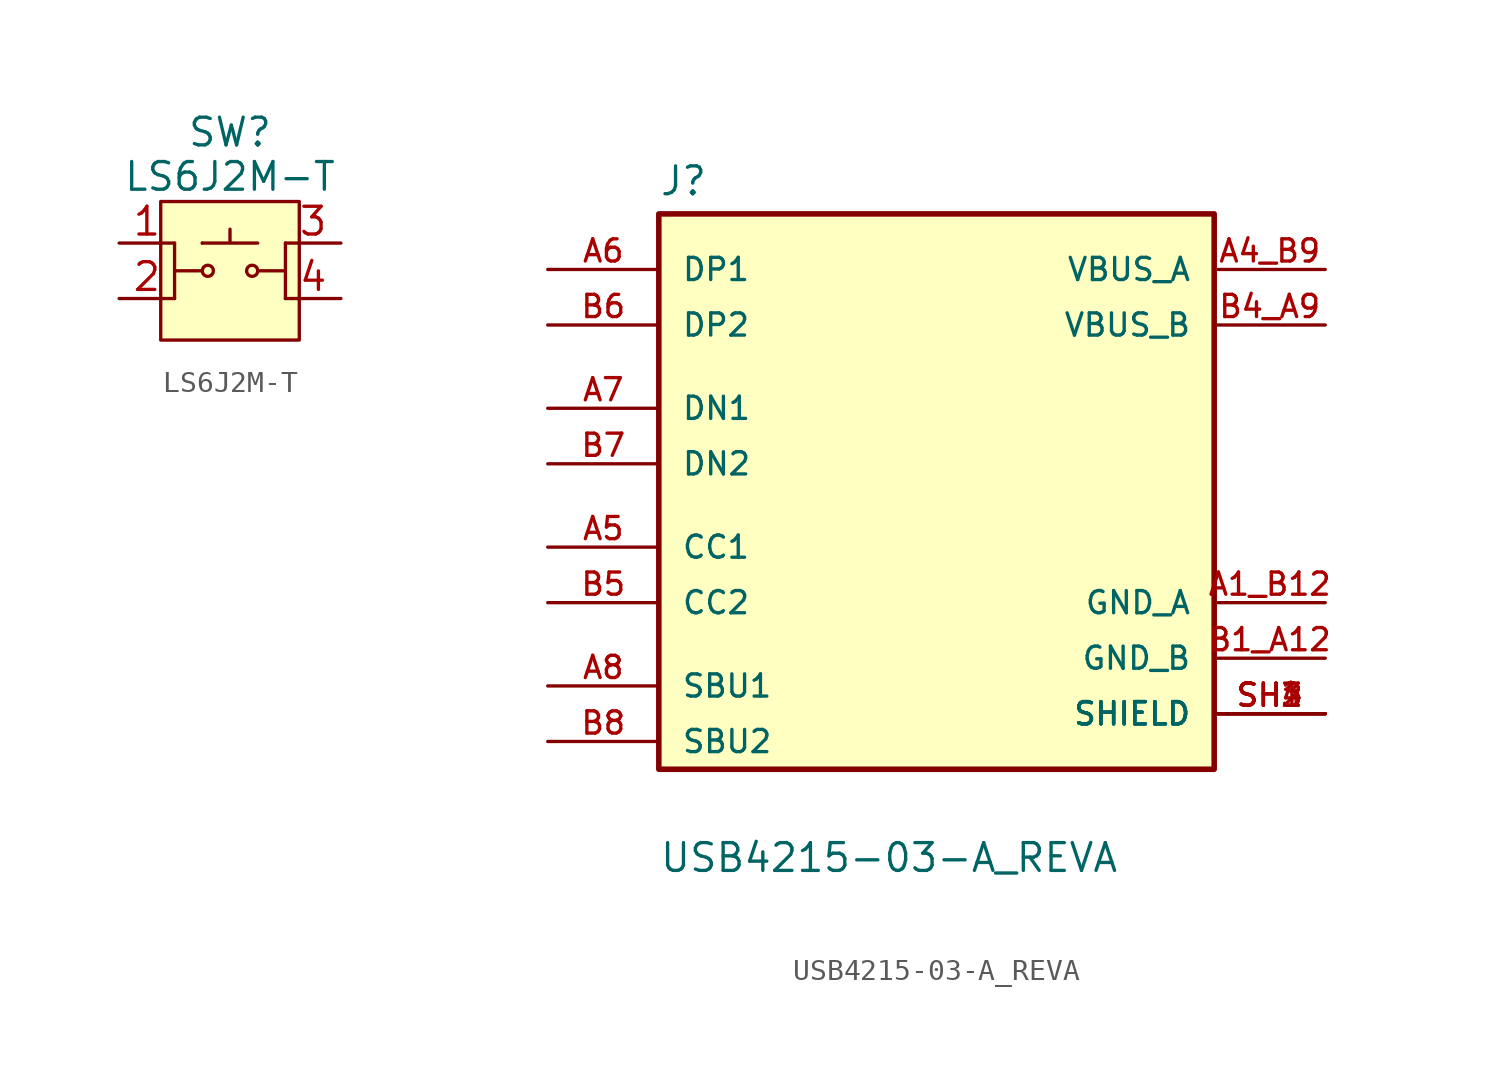
<source format=kicad_sym>
(kicad_symbol_lib
  (version 20241209)
  (generator "kicad_symbol_editor")
  (generator_version "9.0")
  (symbol "LS6J2M-T"
    (property "Reference" "SW"
      (at 0 6.35 0)
      (effects (font (size 1.27 1.27))))
    (property "Value" "LS6J2M-T"
      (at 0 4.318 0)
      (effects (font (size 1.27 1.27))))
    (symbol "LS6J2M-T_0_0"
      (pin passive line (at -5.08 1.27 0) (length 2.54) (name "" (effects (font (size 1.27 1.27)))) (number "1" (effects (font (size 1.27 1.27)))))
      (pin passive line (at -5.08 -1.27 0) (length 2.54) (name "" (effects (font (size 1.27 1.27)))) (number "2" (effects (font (size 1.27 1.27)))))
      (pin passive line (at 5.08 1.27 180) (length 2.54) (name "" (effects (font (size 1.27 1.27)))) (number "3" (effects (font (size 1.27 1.27)))))
      (pin passive line (at 5.08 -1.27 180) (length 2.54) (name "" (effects (font (size 1.27 1.27)))) (number "4" (effects (font (size 1.27 1.27))))))
    (symbol "LS6J2M-T_0_1"
      (polyline (pts (xy -1.27 1.27) (xy -1.27 1.27)) (stroke (width 0) (type default)) (fill (type none)))
      (polyline (pts (xy -1.27 1.27) (xy 1.27 1.27) (xy 0 1.27) (xy 0 1.905)) (stroke (width 0) (type default)) (fill (type none)))
      (polyline (pts (xy -1.27 0) (xy -2.54 0)) (stroke (width 0) (type default)) (fill (type none)))
      (polyline (pts (xy -1.27 0) (xy -1.27 0)) (stroke (width 0) (type default)) (fill (type none)))
      (polyline (pts (xy 1.27 0) (xy 1.27 0)) (stroke (width 0) (type default)) (fill (type none)))
      (polyline (pts (xy 1.27 0) (xy 2.54 0)) (stroke (width 0) (type default)) (fill (type none)))
      (polyline (pts (xy 2.54 1.27) (xy 2.54 -1.27)) (stroke (width 0) (type default)) (fill (type none))))
    (symbol "LS6J2M-T_1_1"
      (rectangle (start -3.175 3.175) (end 3.175 -3.175) (stroke (width 0) (type solid)) (fill (type background)))
      (polyline (pts (xy -2.54 -1.27) (xy -2.54 1.27)) (stroke (width 0) (type solid)) (fill (type none)))
      (circle (center -1.016 0) (radius 0.254) (stroke (width 0) (type solid)) (fill (type none)))
      (circle (center 1.016 0) (radius 0.254) (stroke (width 0) (type solid)) (fill (type none)))))
  (symbol "USB4215-03-A_REVA"
    (pin_names
      (offset 1.016))
    (property "Reference" "J"
      (at -12.7 13.462 0)
      (effects (font (size 1.27 1.27)) (justify left bottom)))
    (property "Value" "USB4215-03-A_REVA"
      (at -12.7 -16.002 0)
      (effects (font (size 1.27 1.27)) (justify left top)))
    (symbol "USB4215-03-A_REVA_0_0"
      (rectangle (start -12.7 12.7) (end 12.7 -12.7) (stroke (width 0.254) (type default)) (fill (type background)))
      (pin bidirectional line (at -17.78 10.16 0) (length 5.08) (name "DP1" (effects (font (size 1.016 1.016)))) (number "A6" (effects (font (size 1.016 1.016)))))
      (pin bidirectional line (at -17.78 7.62 0) (length 5.08) (name "DP2" (effects (font (size 1.016 1.016)))) (number "B6" (effects (font (size 1.016 1.016)))))
      (pin bidirectional line (at -17.78 3.81 0) (length 5.08) (name "DN1" (effects (font (size 1.016 1.016)))) (number "A7" (effects (font (size 1.016 1.016)))))
      (pin bidirectional line (at -17.78 1.27 0) (length 5.08) (name "DN2" (effects (font (size 1.016 1.016)))) (number "B7" (effects (font (size 1.016 1.016)))))
      (pin bidirectional line (at -17.78 -2.54 0) (length 5.08) (name "CC1" (effects (font (size 1.016 1.016)))) (number "A5" (effects (font (size 1.016 1.016)))))
      (pin bidirectional line (at -17.78 -5.08 0) (length 5.08) (name "CC2" (effects (font (size 1.016 1.016)))) (number "B5" (effects (font (size 1.016 1.016)))))
      (pin bidirectional line (at -17.78 -8.89 0) (length 5.08) (name "SBU1" (effects (font (size 1.016 1.016)))) (number "A8" (effects (font (size 1.016 1.016)))))
      (pin bidirectional line (at -17.78 -11.43 0) (length 5.08) (name "SBU2" (effects (font (size 1.016 1.016)))) (number "B8" (effects (font (size 1.016 1.016)))))
      (pin power_in line (at 17.78 10.16 180) (length 5.08) (name "VBUS_A" (effects (font (size 1.016 1.016)))) (number "A4_B9" (effects (font (size 1.016 1.016)))))
      (pin power_in line (at 17.78 7.62 180) (length 5.08) (name "VBUS_B" (effects (font (size 1.016 1.016)))) (number "B4_A9" (effects (font (size 1.016 1.016)))))
      (pin power_in line (at 17.78 -5.08 180) (length 5.08) (name "GND_A" (effects (font (size 1.016 1.016)))) (number "A1_B12" (effects (font (size 1.016 1.016)))))
      (pin power_in line (at 17.78 -7.62 180) (length 5.08) (name "GND_B" (effects (font (size 1.016 1.016)))) (number "B1_A12" (effects (font (size 1.016 1.016)))))
      (pin passive line (at 17.78 -10.16 180) (length 5.08) (name "SHIELD" (effects (font (size 1.016 1.016)))) (number "SH1" (effects (font (size 1.016 1.016)))))
      (pin passive line (at 17.78 -10.16 180) (length 5.08) (name "SHIELD" (effects (font (size 1.016 1.016)))) (number "SH2" (effects (font (size 1.016 1.016)))))
      (pin passive line (at 17.78 -10.16 180) (length 5.08) (name "SHIELD" (effects (font (size 1.016 1.016)))) (number "SH3" (effects (font (size 1.016 1.016)))))
      (pin passive line (at 17.78 -10.16 180) (length 5.08) (name "SHIELD" (effects (font (size 1.016 1.016)))) (number "SH4" (effects (font (size 1.016 1.016))))))))
</source>
